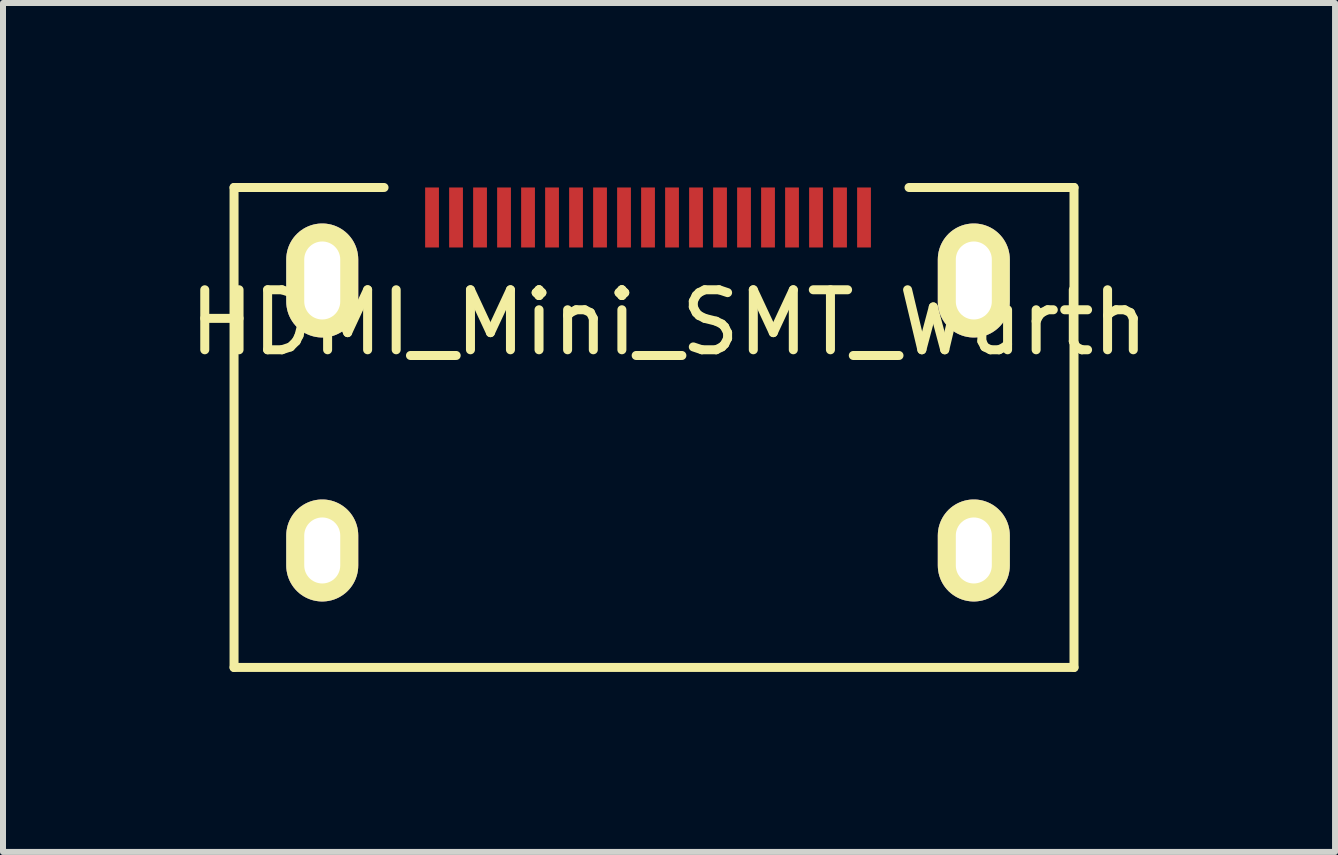
<source format=kicad_pcb>
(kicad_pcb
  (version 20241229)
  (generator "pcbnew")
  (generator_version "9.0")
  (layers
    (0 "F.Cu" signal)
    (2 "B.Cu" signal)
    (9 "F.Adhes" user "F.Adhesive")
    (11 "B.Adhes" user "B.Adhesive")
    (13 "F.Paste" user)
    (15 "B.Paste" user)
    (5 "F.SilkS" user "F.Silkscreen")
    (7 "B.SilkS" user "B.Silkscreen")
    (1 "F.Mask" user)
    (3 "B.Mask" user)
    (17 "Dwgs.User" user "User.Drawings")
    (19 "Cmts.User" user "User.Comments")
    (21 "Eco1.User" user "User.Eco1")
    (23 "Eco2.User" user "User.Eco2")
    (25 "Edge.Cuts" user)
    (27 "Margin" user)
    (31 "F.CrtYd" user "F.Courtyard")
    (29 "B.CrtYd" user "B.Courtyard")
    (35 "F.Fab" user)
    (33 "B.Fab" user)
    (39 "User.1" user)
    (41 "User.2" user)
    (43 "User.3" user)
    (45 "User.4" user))
  (footprint "HDMI_Mini_SMT_Wurth"
    (layer "F.Cu")
    (at 11.351 0.575)
    (property "Reference" "HDMI_Mini_SMT_Wurth" (at -3.25 1.75 0) (layer "F.SilkS") (effects (font (size 1 1) (thickness 0.15))))
    (attr through_hole)
    (fp_line (start -10.5 -0.5) (end -8 -0.5) (stroke (width 0.15) (type solid)) (layer "F.SilkS"))
    (fp_line (start -10.5 7.5) (end -10.5 -0.5) (stroke (width 0.15) (type solid)) (layer "F.SilkS"))
    (fp_line (start 1 -0.5) (end 0.75 -0.5) (stroke (width 0.15) (type solid)) (layer "F.SilkS"))
    (fp_line (start 3.5 -0.5) (end 1 -0.5) (stroke (width 0.15) (type solid)) (layer "F.SilkS"))
    (fp_line (start 3.5 -0.5) (end 3.5 7.5) (stroke (width 0.15) (type solid)) (layer "F.SilkS"))
    (fp_line (start 3.5 7.5) (end -10.5 7.5) (stroke (width 0.15) (type solid)) (layer "F.SilkS"))
    (pad "" np_thru_hole oval (at -9.03 1.05) (size 1.2 1.9) (drill oval 0.6 1.3) (layers "*.Cu" "*.Mask" "F.SilkS"))
    (pad "" np_thru_hole oval (at -9.03 5.55) (size 1.2 1.7) (drill oval 0.6 1.1) (layers "*.Cu" "*.Mask" "F.SilkS"))
    (pad "" np_thru_hole oval (at 1.83 1.05) (size 1.2 1.9) (drill oval 0.6 1.3) (layers "*.Cu" "*.Mask" "F.SilkS"))
    (pad "" np_thru_hole oval (at 1.83 5.55) (size 1.2 1.7) (drill oval 0.6 1.1) (layers "*.Cu" "*.Mask" "F.SilkS"))
    (pad "1" smd rect (at 0 0) (size 0.23 1) (layers "F.Cu" "F.Mask" "F.Paste"))
    (pad "2" smd rect (at -0.4 0) (size 0.23 1) (layers "F.Cu" "F.Mask" "F.Paste"))
    (pad "3" smd rect (at -0.8 0) (size 0.23 1) (layers "F.Cu" "F.Mask" "F.Paste"))
    (pad "4" smd rect (at -1.2 0) (size 0.23 1) (layers "F.Cu" "F.Mask" "F.Paste"))
    (pad "5" smd rect (at -1.6 0) (size 0.23 1) (layers "F.Cu" "F.Mask" "F.Paste"))
    (pad "6" smd rect (at -2 0) (size 0.23 1) (layers "F.Cu" "F.Mask" "F.Paste"))
    (pad "7" smd rect (at -2.4 0) (size 0.23 1) (layers "F.Cu" "F.Mask" "F.Paste"))
    (pad "8" smd rect (at -2.8 0) (size 0.23 1) (layers "F.Cu" "F.Mask" "F.Paste"))
    (pad "9" smd rect (at -3.2 0) (size 0.23 1) (layers "F.Cu" "F.Mask" "F.Paste"))
    (pad "10" smd rect (at -3.6 0) (size 0.23 1) (layers "F.Cu" "F.Mask" "F.Paste"))
    (pad "11" smd rect (at -4 0) (size 0.23 1) (layers "F.Cu" "F.Mask" "F.Paste"))
    (pad "12" smd rect (at -4.4 0) (size 0.23 1) (layers "F.Cu" "F.Mask" "F.Paste"))
    (pad "13" smd rect (at -4.8 0) (size 0.23 1) (layers "F.Cu" "F.Mask" "F.Paste"))
    (pad "14" smd rect (at -5.2 0) (size 0.23 1) (layers "F.Cu" "F.Mask" "F.Paste"))
    (pad "15" smd rect (at -5.6 0) (size 0.23 1) (layers "F.Cu" "F.Mask" "F.Paste"))
    (pad "16" smd rect (at -6 0) (size 0.23 1) (layers "F.Cu" "F.Mask" "F.Paste"))
    (pad "17" smd rect (at -6.4 0) (size 0.23 1) (layers "F.Cu" "F.Mask" "F.Paste"))
    (pad "18" smd rect (at -6.8 0) (size 0.23 1) (layers "F.Cu" "F.Mask" "F.Paste"))
    (pad "19" smd rect (at -7.2 0) (size 0.23 1) (layers "F.Cu" "F.Mask" "F.Paste")))
  (gr_rect
    (start -3 -3)
    (end 19.202 11.15)
    (stroke (width 0.1) (type default))
    (fill no)
    (layer "Edge.Cuts")))
</source>
